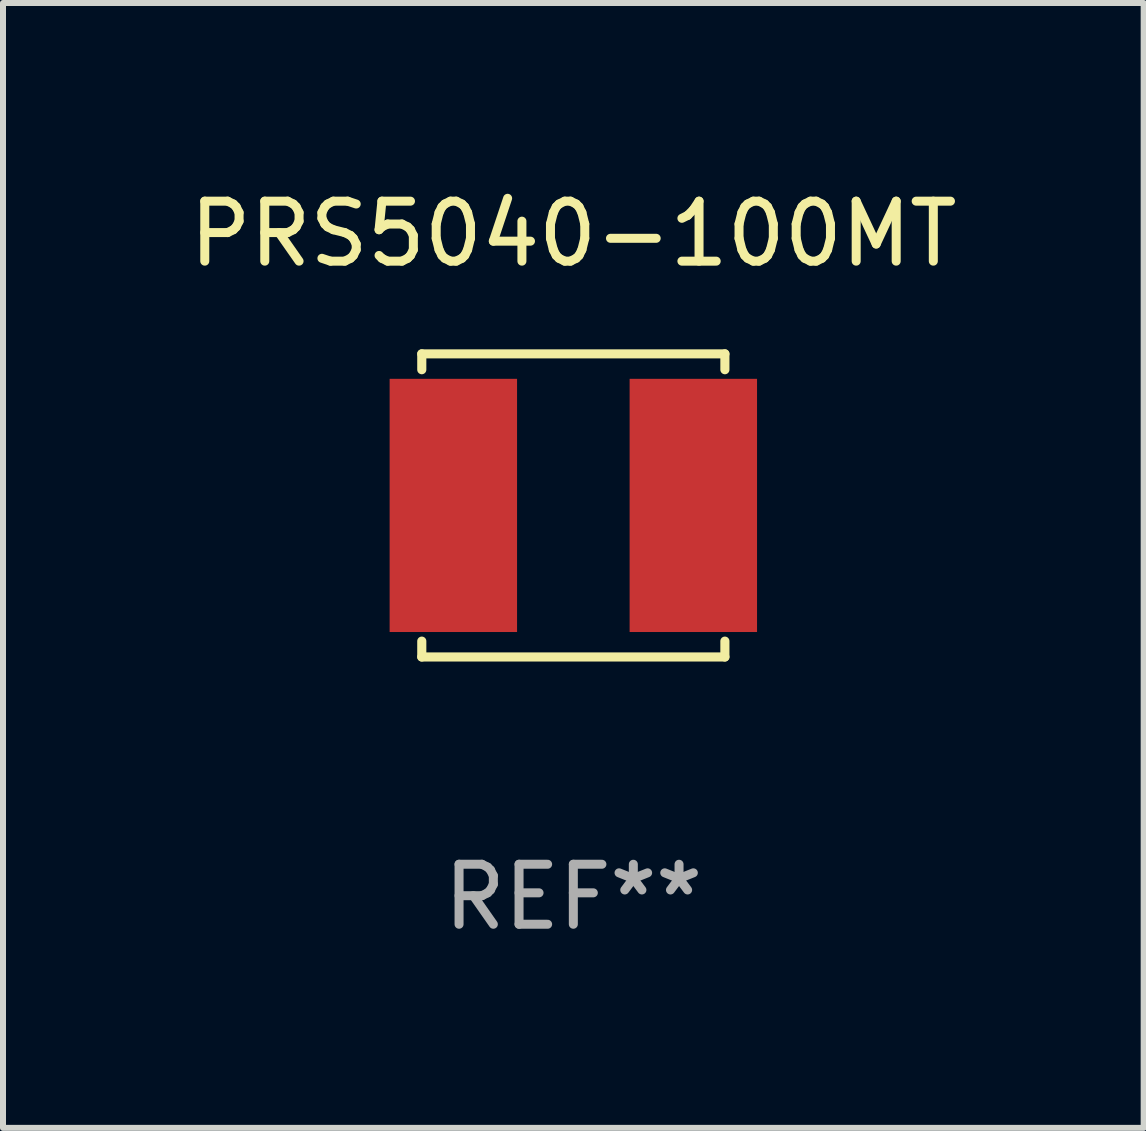
<source format=kicad_pcb>
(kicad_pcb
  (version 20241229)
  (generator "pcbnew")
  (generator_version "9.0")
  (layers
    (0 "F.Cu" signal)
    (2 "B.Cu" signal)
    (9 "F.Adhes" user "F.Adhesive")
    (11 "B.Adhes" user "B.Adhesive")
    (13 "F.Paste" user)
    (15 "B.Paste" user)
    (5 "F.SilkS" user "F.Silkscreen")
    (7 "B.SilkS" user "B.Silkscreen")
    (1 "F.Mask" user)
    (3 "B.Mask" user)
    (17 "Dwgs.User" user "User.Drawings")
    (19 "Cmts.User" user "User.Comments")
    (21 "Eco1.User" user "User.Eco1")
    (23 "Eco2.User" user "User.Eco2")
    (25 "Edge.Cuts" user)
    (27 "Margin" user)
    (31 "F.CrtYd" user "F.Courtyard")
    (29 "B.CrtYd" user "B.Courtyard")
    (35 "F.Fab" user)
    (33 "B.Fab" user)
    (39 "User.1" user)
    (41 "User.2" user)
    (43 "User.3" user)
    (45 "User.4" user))
  (footprint "PRS5040-100MT"
    (layer "F.Cu")
    (at 6.506 5.374)
    (property "Reference" "PRS5040-100MT" (at 0 -4.526 0) (layer "F.SilkS") (effects (font (size 1 1) (thickness 0.15))))
    (attr through_hole)
    (fp_line (start -2.526 -2.526) (end 2.526 -2.526) (stroke (width 0.152) (type solid)) (layer "F.SilkS"))
    (fp_line (start -2.526 -2.262) (end -2.526 -2.526) (stroke (width 0.152) (type solid)) (layer "F.SilkS"))
    (fp_line (start -2.526 2.262) (end -2.526 2.526) (stroke (width 0.152) (type solid)) (layer "F.SilkS"))
    (fp_line (start -2.526 2.526) (end 2.526 2.526) (stroke (width 0.152) (type solid)) (layer "F.SilkS"))
    (fp_line (start 2.526 -2.526) (end 2.526 -2.262) (stroke (width 0.152) (type solid)) (layer "F.SilkS"))
    (fp_line (start 2.526 2.526) (end 2.526 2.262) (stroke (width 0.152) (type solid)) (layer "F.SilkS"))
    (fp_circle (center 2.5 -2.5) (end 2.53 -2.5) (stroke (width 0.06) (type solid)) (fill no) (layer "F.SilkS"))
    (fp_text user "REF**" (at 0 6.526 0) (layer "F.Fab") (effects (font (size 1 1) (thickness 0.15))))
    (pad "1" smd rect (at 2 0) (size 2.124 4.22) (layers "F.Cu" "F.Mask" "F.Paste"))
    (pad "2" smd rect (at -2 0) (size 2.124 4.22) (layers "F.Cu" "F.Mask" "F.Paste")))
  (gr_rect
    (start -3 -3)
    (end 16.012 15.749)
    (stroke (width 0.1) (type default))
    (fill no)
    (layer "Edge.Cuts")))
</source>
